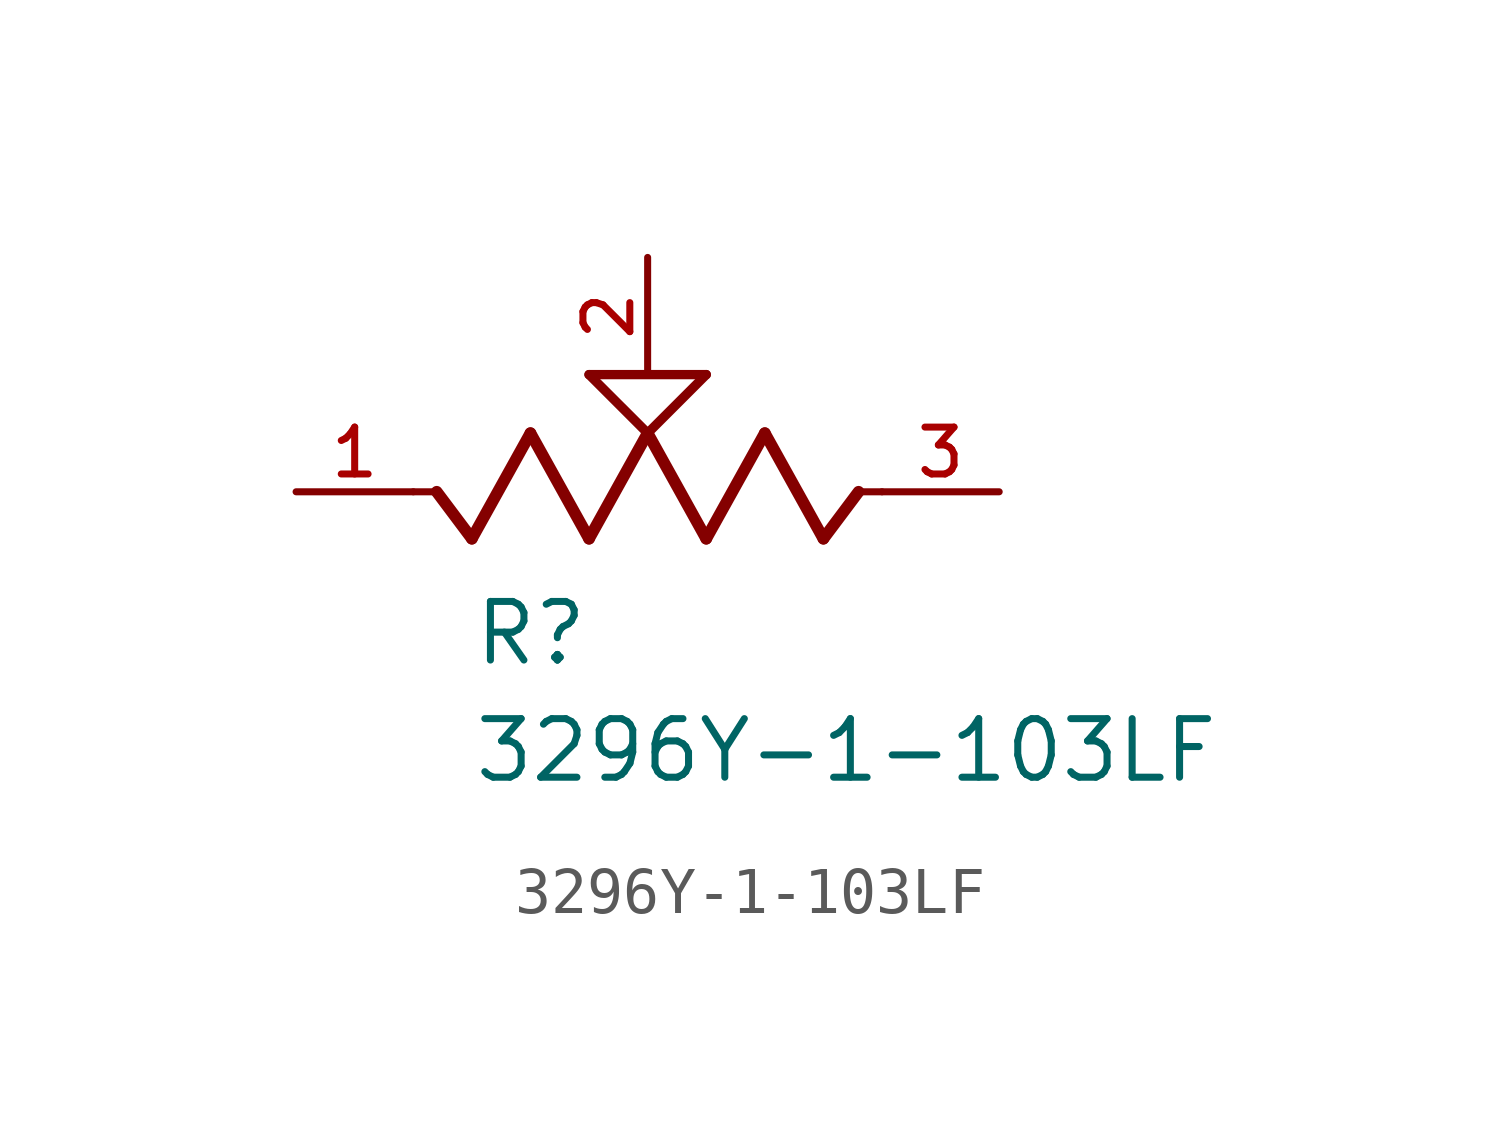
<source format=kicad_sym>
(kicad_symbol_lib
  (version 20211014)
  (generator kicad_symbol_editor)
  (symbol "3296Y-1-103LF"
    (pin_names
      (offset 1.016))
    (property "Reference" "R"
      (at -3.81 -3.81 0)
      (effects (font (size 1.27 1.27)) (justify bottom left)))
    (property "Value" "3296Y-1-103LF"
      (at -3.81 -6.35 0)
      (effects (font (size 1.27 1.27)) (justify bottom left)))
    (symbol "3296Y-1-103LF_0_0"
      (polyline (pts (xy 5.08 0.0) (xy 4.572 0.0)) (stroke (width 0.152)))
      (polyline (pts (xy 4.572 0.0) (xy 3.81 -1.016)) (stroke (width 0.254)))
      (polyline (pts (xy 3.81 -1.016) (xy 2.54 1.27)) (stroke (width 0.254)))
      (polyline (pts (xy 2.54 1.27) (xy 1.27 -1.016)) (stroke (width 0.254)))
      (polyline (pts (xy 1.27 -1.016) (xy 0.0 1.27)) (stroke (width 0.254)))
      (polyline (pts (xy 0.0 1.27) (xy -1.27 -1.016)) (stroke (width 0.254)))
      (polyline (pts (xy -1.27 -1.016) (xy -2.54 1.27)) (stroke (width 0.254)))
      (polyline (pts (xy -2.54 1.27) (xy -3.81 -1.016)) (stroke (width 0.254)))
      (polyline (pts (xy -3.81 -1.016) (xy -4.572 0.0)) (stroke (width 0.254)))
      (polyline (pts (xy -4.572 0.0) (xy -5.08 0.0)) (stroke (width 0.152)))
      (polyline (pts (xy 0.0 1.27) (xy -1.27 2.54)) (stroke (width 0.203)))
      (polyline (pts (xy 1.27 2.54) (xy 0.0 1.27)) (stroke (width 0.203)))
      (polyline (pts (xy -1.27 2.54) (xy 1.27 2.54)) (stroke (width 0.203)))
      (pin passive line (at 7.62 0.0 180.0) (length 2.54) (name "~" (effects (font (size 1.016 1.016)))) (number "3" (effects (font (size 1.016 1.016)))))
      (pin passive line (at -7.62 0.0 0) (length 2.54) (name "~" (effects (font (size 1.016 1.016)))) (number "1" (effects (font (size 1.016 1.016)))))
      (pin passive line (at 0.0 5.08 270.0) (length 2.54) (name "~" (effects (font (size 1.016 1.016)))) (number "2" (effects (font (size 1.016 1.016))))))))
</source>
